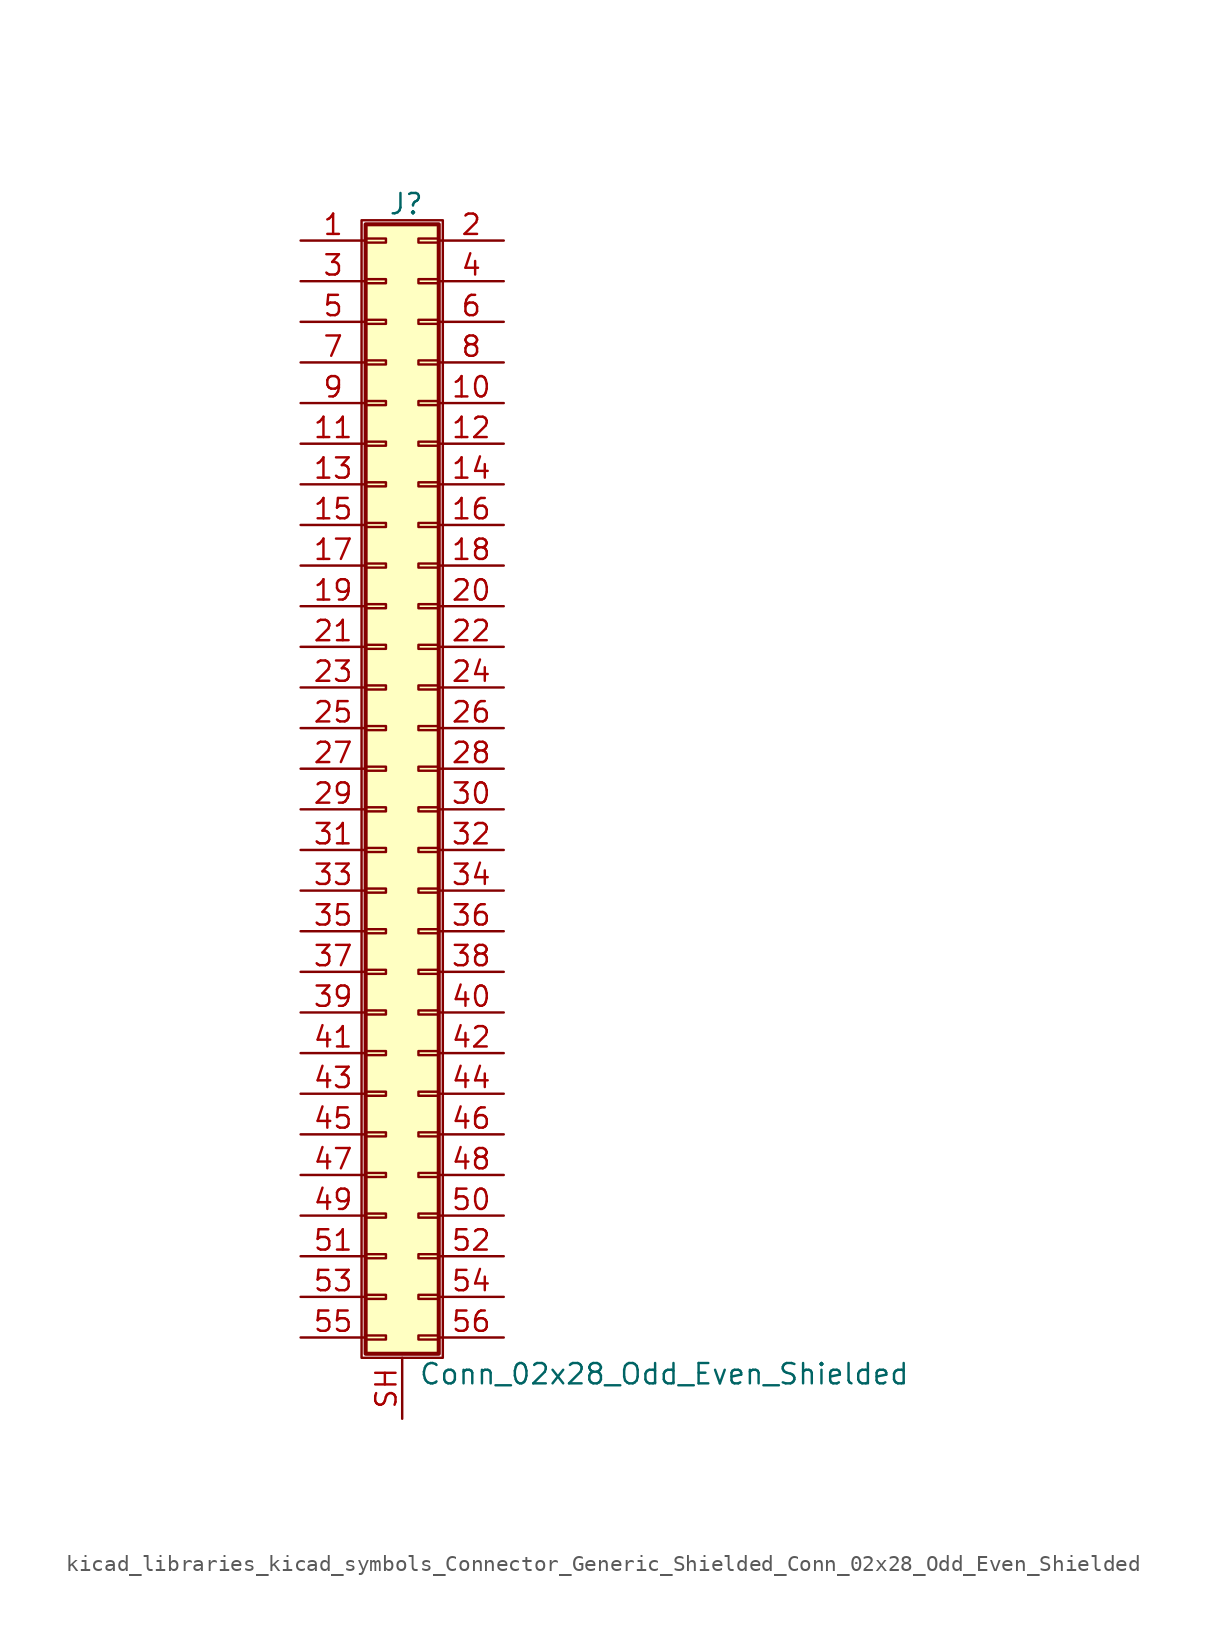
<source format=kicad_sym>
(kicad_symbol_lib
  (version 20220914)
  (generator kicad_symbol_editor)
  (symbol "kicad_libraries_kicad_symbols_Connector_Generic_Shielded_Conn_02x28_Odd_Even_Shielded"
    (pin_names
      (offset 1.016) hide)
    (property "Reference" "J"
      (at 1.524 35.306 0)
      (effects (font (size 1.27 1.27))))
    (property "Value" "Conn_02x28_Odd_Even_Shielded"
      (at 2.286 -37.846 0)
      (effects (font (size 1.27 1.27)) (justify left)))
    (symbol "kicad_libraries_kicad_symbols_Connector_Generic_Shielded_Conn_02x28_Odd_Even_Shielded_1_1"
      (rectangle (start -1.27 34.29) (end 3.81 -36.83) (stroke (width 0.152) (type default)) (fill (type none)))
      (rectangle (start -1.016 -35.433) (end 0.254 -35.687) (stroke (width 0.152) (type default)) (fill (type none)))
      (rectangle (start -1.016 -32.893) (end 0.254 -33.147) (stroke (width 0.152) (type default)) (fill (type none)))
      (rectangle (start -1.016 -30.353) (end 0.254 -30.607) (stroke (width 0.152) (type default)) (fill (type none)))
      (rectangle (start -1.016 -27.813) (end 0.254 -28.067) (stroke (width 0.152) (type default)) (fill (type none)))
      (rectangle (start -1.016 -25.273) (end 0.254 -25.527) (stroke (width 0.152) (type default)) (fill (type none)))
      (rectangle (start -1.016 -22.733) (end 0.254 -22.987) (stroke (width 0.152) (type default)) (fill (type none)))
      (rectangle (start -1.016 -20.193) (end 0.254 -20.447) (stroke (width 0.152) (type default)) (fill (type none)))
      (rectangle (start -1.016 -17.653) (end 0.254 -17.907) (stroke (width 0.152) (type default)) (fill (type none)))
      (rectangle (start -1.016 -15.113) (end 0.254 -15.367) (stroke (width 0.152) (type default)) (fill (type none)))
      (rectangle (start -1.016 -12.573) (end 0.254 -12.827) (stroke (width 0.152) (type default)) (fill (type none)))
      (rectangle (start -1.016 -10.033) (end 0.254 -10.287) (stroke (width 0.152) (type default)) (fill (type none)))
      (rectangle (start -1.016 -7.493) (end 0.254 -7.747) (stroke (width 0.152) (type default)) (fill (type none)))
      (rectangle (start -1.016 -4.953) (end 0.254 -5.207) (stroke (width 0.152) (type default)) (fill (type none)))
      (rectangle (start -1.016 -2.413) (end 0.254 -2.667) (stroke (width 0.152) (type default)) (fill (type none)))
      (rectangle (start -1.016 0.127) (end 0.254 -0.127) (stroke (width 0.152) (type default)) (fill (type none)))
      (rectangle (start -1.016 2.667) (end 0.254 2.413) (stroke (width 0.152) (type default)) (fill (type none)))
      (rectangle (start -1.016 5.207) (end 0.254 4.953) (stroke (width 0.152) (type default)) (fill (type none)))
      (rectangle (start -1.016 7.747) (end 0.254 7.493) (stroke (width 0.152) (type default)) (fill (type none)))
      (rectangle (start -1.016 10.287) (end 0.254 10.033) (stroke (width 0.152) (type default)) (fill (type none)))
      (rectangle (start -1.016 12.827) (end 0.254 12.573) (stroke (width 0.152) (type default)) (fill (type none)))
      (rectangle (start -1.016 15.367) (end 0.254 15.113) (stroke (width 0.152) (type default)) (fill (type none)))
      (rectangle (start -1.016 17.907) (end 0.254 17.653) (stroke (width 0.152) (type default)) (fill (type none)))
      (rectangle (start -1.016 20.447) (end 0.254 20.193) (stroke (width 0.152) (type default)) (fill (type none)))
      (rectangle (start -1.016 22.987) (end 0.254 22.733) (stroke (width 0.152) (type default)) (fill (type none)))
      (rectangle (start -1.016 25.527) (end 0.254 25.273) (stroke (width 0.152) (type default)) (fill (type none)))
      (rectangle (start -1.016 28.067) (end 0.254 27.813) (stroke (width 0.152) (type default)) (fill (type none)))
      (rectangle (start -1.016 30.607) (end 0.254 30.353) (stroke (width 0.152) (type default)) (fill (type none)))
      (rectangle (start -1.016 33.147) (end 0.254 32.893) (stroke (width 0.152) (type default)) (fill (type none)))
      (rectangle (start -1.016 34.036) (end 3.556 -36.576) (stroke (width 0.254) (type default)) (fill (type background)))
      (rectangle (start 3.556 -35.433) (end 2.286 -35.687) (stroke (width 0.152) (type default)) (fill (type none)))
      (rectangle (start 3.556 -32.893) (end 2.286 -33.147) (stroke (width 0.152) (type default)) (fill (type none)))
      (rectangle (start 3.556 -30.353) (end 2.286 -30.607) (stroke (width 0.152) (type default)) (fill (type none)))
      (rectangle (start 3.556 -27.813) (end 2.286 -28.067) (stroke (width 0.152) (type default)) (fill (type none)))
      (rectangle (start 3.556 -25.273) (end 2.286 -25.527) (stroke (width 0.152) (type default)) (fill (type none)))
      (rectangle (start 3.556 -22.733) (end 2.286 -22.987) (stroke (width 0.152) (type default)) (fill (type none)))
      (rectangle (start 3.556 -20.193) (end 2.286 -20.447) (stroke (width 0.152) (type default)) (fill (type none)))
      (rectangle (start 3.556 -17.653) (end 2.286 -17.907) (stroke (width 0.152) (type default)) (fill (type none)))
      (rectangle (start 3.556 -15.113) (end 2.286 -15.367) (stroke (width 0.152) (type default)) (fill (type none)))
      (rectangle (start 3.556 -12.573) (end 2.286 -12.827) (stroke (width 0.152) (type default)) (fill (type none)))
      (rectangle (start 3.556 -10.033) (end 2.286 -10.287) (stroke (width 0.152) (type default)) (fill (type none)))
      (rectangle (start 3.556 -7.493) (end 2.286 -7.747) (stroke (width 0.152) (type default)) (fill (type none)))
      (rectangle (start 3.556 -4.953) (end 2.286 -5.207) (stroke (width 0.152) (type default)) (fill (type none)))
      (rectangle (start 3.556 -2.413) (end 2.286 -2.667) (stroke (width 0.152) (type default)) (fill (type none)))
      (rectangle (start 3.556 0.127) (end 2.286 -0.127) (stroke (width 0.152) (type default)) (fill (type none)))
      (rectangle (start 3.556 2.667) (end 2.286 2.413) (stroke (width 0.152) (type default)) (fill (type none)))
      (rectangle (start 3.556 5.207) (end 2.286 4.953) (stroke (width 0.152) (type default)) (fill (type none)))
      (rectangle (start 3.556 7.747) (end 2.286 7.493) (stroke (width 0.152) (type default)) (fill (type none)))
      (rectangle (start 3.556 10.287) (end 2.286 10.033) (stroke (width 0.152) (type default)) (fill (type none)))
      (rectangle (start 3.556 12.827) (end 2.286 12.573) (stroke (width 0.152) (type default)) (fill (type none)))
      (rectangle (start 3.556 15.367) (end 2.286 15.113) (stroke (width 0.152) (type default)) (fill (type none)))
      (rectangle (start 3.556 17.907) (end 2.286 17.653) (stroke (width 0.152) (type default)) (fill (type none)))
      (rectangle (start 3.556 20.447) (end 2.286 20.193) (stroke (width 0.152) (type default)) (fill (type none)))
      (rectangle (start 3.556 22.987) (end 2.286 22.733) (stroke (width 0.152) (type default)) (fill (type none)))
      (rectangle (start 3.556 25.527) (end 2.286 25.273) (stroke (width 0.152) (type default)) (fill (type none)))
      (rectangle (start 3.556 28.067) (end 2.286 27.813) (stroke (width 0.152) (type default)) (fill (type none)))
      (rectangle (start 3.556 30.607) (end 2.286 30.353) (stroke (width 0.152) (type default)) (fill (type none)))
      (rectangle (start 3.556 33.147) (end 2.286 32.893) (stroke (width 0.152) (type default)) (fill (type none)))
      (pin passive line (at -5.08 33.02 0) (length 4.064) (name "Pin_1" (effects (font (size 1.27 1.27)))) (number "1" (effects (font (size 1.27 1.27)))))
      (pin passive line (at 7.62 22.86 180) (length 4.064) (name "Pin_10" (effects (font (size 1.27 1.27)))) (number "10" (effects (font (size 1.27 1.27)))))
      (pin passive line (at -5.08 20.32 0) (length 4.064) (name "Pin_11" (effects (font (size 1.27 1.27)))) (number "11" (effects (font (size 1.27 1.27)))))
      (pin passive line (at 7.62 20.32 180) (length 4.064) (name "Pin_12" (effects (font (size 1.27 1.27)))) (number "12" (effects (font (size 1.27 1.27)))))
      (pin passive line (at -5.08 17.78 0) (length 4.064) (name "Pin_13" (effects (font (size 1.27 1.27)))) (number "13" (effects (font (size 1.27 1.27)))))
      (pin passive line (at 7.62 17.78 180) (length 4.064) (name "Pin_14" (effects (font (size 1.27 1.27)))) (number "14" (effects (font (size 1.27 1.27)))))
      (pin passive line (at -5.08 15.24 0) (length 4.064) (name "Pin_15" (effects (font (size 1.27 1.27)))) (number "15" (effects (font (size 1.27 1.27)))))
      (pin passive line (at 7.62 15.24 180) (length 4.064) (name "Pin_16" (effects (font (size 1.27 1.27)))) (number "16" (effects (font (size 1.27 1.27)))))
      (pin passive line (at -5.08 12.7 0) (length 4.064) (name "Pin_17" (effects (font (size 1.27 1.27)))) (number "17" (effects (font (size 1.27 1.27)))))
      (pin passive line (at 7.62 12.7 180) (length 4.064) (name "Pin_18" (effects (font (size 1.27 1.27)))) (number "18" (effects (font (size 1.27 1.27)))))
      (pin passive line (at -5.08 10.16 0) (length 4.064) (name "Pin_19" (effects (font (size 1.27 1.27)))) (number "19" (effects (font (size 1.27 1.27)))))
      (pin passive line (at 7.62 33.02 180) (length 4.064) (name "Pin_2" (effects (font (size 1.27 1.27)))) (number "2" (effects (font (size 1.27 1.27)))))
      (pin passive line (at 7.62 10.16 180) (length 4.064) (name "Pin_20" (effects (font (size 1.27 1.27)))) (number "20" (effects (font (size 1.27 1.27)))))
      (pin passive line (at -5.08 7.62 0) (length 4.064) (name "Pin_21" (effects (font (size 1.27 1.27)))) (number "21" (effects (font (size 1.27 1.27)))))
      (pin passive line (at 7.62 7.62 180) (length 4.064) (name "Pin_22" (effects (font (size 1.27 1.27)))) (number "22" (effects (font (size 1.27 1.27)))))
      (pin passive line (at -5.08 5.08 0) (length 4.064) (name "Pin_23" (effects (font (size 1.27 1.27)))) (number "23" (effects (font (size 1.27 1.27)))))
      (pin passive line (at 7.62 5.08 180) (length 4.064) (name "Pin_24" (effects (font (size 1.27 1.27)))) (number "24" (effects (font (size 1.27 1.27)))))
      (pin passive line (at -5.08 2.54 0) (length 4.064) (name "Pin_25" (effects (font (size 1.27 1.27)))) (number "25" (effects (font (size 1.27 1.27)))))
      (pin passive line (at 7.62 2.54 180) (length 4.064) (name "Pin_26" (effects (font (size 1.27 1.27)))) (number "26" (effects (font (size 1.27 1.27)))))
      (pin passive line (at -5.08 0 0) (length 4.064) (name "Pin_27" (effects (font (size 1.27 1.27)))) (number "27" (effects (font (size 1.27 1.27)))))
      (pin passive line (at 7.62 0 180) (length 4.064) (name "Pin_28" (effects (font (size 1.27 1.27)))) (number "28" (effects (font (size 1.27 1.27)))))
      (pin passive line (at -5.08 -2.54 0) (length 4.064) (name "Pin_29" (effects (font (size 1.27 1.27)))) (number "29" (effects (font (size 1.27 1.27)))))
      (pin passive line (at -5.08 30.48 0) (length 4.064) (name "Pin_3" (effects (font (size 1.27 1.27)))) (number "3" (effects (font (size 1.27 1.27)))))
      (pin passive line (at 7.62 -2.54 180) (length 4.064) (name "Pin_30" (effects (font (size 1.27 1.27)))) (number "30" (effects (font (size 1.27 1.27)))))
      (pin passive line (at -5.08 -5.08 0) (length 4.064) (name "Pin_31" (effects (font (size 1.27 1.27)))) (number "31" (effects (font (size 1.27 1.27)))))
      (pin passive line (at 7.62 -5.08 180) (length 4.064) (name "Pin_32" (effects (font (size 1.27 1.27)))) (number "32" (effects (font (size 1.27 1.27)))))
      (pin passive line (at -5.08 -7.62 0) (length 4.064) (name "Pin_33" (effects (font (size 1.27 1.27)))) (number "33" (effects (font (size 1.27 1.27)))))
      (pin passive line (at 7.62 -7.62 180) (length 4.064) (name "Pin_34" (effects (font (size 1.27 1.27)))) (number "34" (effects (font (size 1.27 1.27)))))
      (pin passive line (at -5.08 -10.16 0) (length 4.064) (name "Pin_35" (effects (font (size 1.27 1.27)))) (number "35" (effects (font (size 1.27 1.27)))))
      (pin passive line (at 7.62 -10.16 180) (length 4.064) (name "Pin_36" (effects (font (size 1.27 1.27)))) (number "36" (effects (font (size 1.27 1.27)))))
      (pin passive line (at -5.08 -12.7 0) (length 4.064) (name "Pin_37" (effects (font (size 1.27 1.27)))) (number "37" (effects (font (size 1.27 1.27)))))
      (pin passive line (at 7.62 -12.7 180) (length 4.064) (name "Pin_38" (effects (font (size 1.27 1.27)))) (number "38" (effects (font (size 1.27 1.27)))))
      (pin passive line (at -5.08 -15.24 0) (length 4.064) (name "Pin_39" (effects (font (size 1.27 1.27)))) (number "39" (effects (font (size 1.27 1.27)))))
      (pin passive line (at 7.62 30.48 180) (length 4.064) (name "Pin_4" (effects (font (size 1.27 1.27)))) (number "4" (effects (font (size 1.27 1.27)))))
      (pin passive line (at 7.62 -15.24 180) (length 4.064) (name "Pin_40" (effects (font (size 1.27 1.27)))) (number "40" (effects (font (size 1.27 1.27)))))
      (pin passive line (at -5.08 -17.78 0) (length 4.064) (name "Pin_41" (effects (font (size 1.27 1.27)))) (number "41" (effects (font (size 1.27 1.27)))))
      (pin passive line (at 7.62 -17.78 180) (length 4.064) (name "Pin_42" (effects (font (size 1.27 1.27)))) (number "42" (effects (font (size 1.27 1.27)))))
      (pin passive line (at -5.08 -20.32 0) (length 4.064) (name "Pin_43" (effects (font (size 1.27 1.27)))) (number "43" (effects (font (size 1.27 1.27)))))
      (pin passive line (at 7.62 -20.32 180) (length 4.064) (name "Pin_44" (effects (font (size 1.27 1.27)))) (number "44" (effects (font (size 1.27 1.27)))))
      (pin passive line (at -5.08 -22.86 0) (length 4.064) (name "Pin_45" (effects (font (size 1.27 1.27)))) (number "45" (effects (font (size 1.27 1.27)))))
      (pin passive line (at 7.62 -22.86 180) (length 4.064) (name "Pin_46" (effects (font (size 1.27 1.27)))) (number "46" (effects (font (size 1.27 1.27)))))
      (pin passive line (at -5.08 -25.4 0) (length 4.064) (name "Pin_47" (effects (font (size 1.27 1.27)))) (number "47" (effects (font (size 1.27 1.27)))))
      (pin passive line (at 7.62 -25.4 180) (length 4.064) (name "Pin_48" (effects (font (size 1.27 1.27)))) (number "48" (effects (font (size 1.27 1.27)))))
      (pin passive line (at -5.08 -27.94 0) (length 4.064) (name "Pin_49" (effects (font (size 1.27 1.27)))) (number "49" (effects (font (size 1.27 1.27)))))
      (pin passive line (at -5.08 27.94 0) (length 4.064) (name "Pin_5" (effects (font (size 1.27 1.27)))) (number "5" (effects (font (size 1.27 1.27)))))
      (pin passive line (at 7.62 -27.94 180) (length 4.064) (name "Pin_50" (effects (font (size 1.27 1.27)))) (number "50" (effects (font (size 1.27 1.27)))))
      (pin passive line (at -5.08 -30.48 0) (length 4.064) (name "Pin_51" (effects (font (size 1.27 1.27)))) (number "51" (effects (font (size 1.27 1.27)))))
      (pin passive line (at 7.62 -30.48 180) (length 4.064) (name "Pin_52" (effects (font (size 1.27 1.27)))) (number "52" (effects (font (size 1.27 1.27)))))
      (pin passive line (at -5.08 -33.02 0) (length 4.064) (name "Pin_53" (effects (font (size 1.27 1.27)))) (number "53" (effects (font (size 1.27 1.27)))))
      (pin passive line (at 7.62 -33.02 180) (length 4.064) (name "Pin_54" (effects (font (size 1.27 1.27)))) (number "54" (effects (font (size 1.27 1.27)))))
      (pin passive line (at -5.08 -35.56 0) (length 4.064) (name "Pin_55" (effects (font (size 1.27 1.27)))) (number "55" (effects (font (size 1.27 1.27)))))
      (pin passive line (at 7.62 -35.56 180) (length 4.064) (name "Pin_56" (effects (font (size 1.27 1.27)))) (number "56" (effects (font (size 1.27 1.27)))))
      (pin passive line (at 7.62 27.94 180) (length 4.064) (name "Pin_6" (effects (font (size 1.27 1.27)))) (number "6" (effects (font (size 1.27 1.27)))))
      (pin passive line (at -5.08 25.4 0) (length 4.064) (name "Pin_7" (effects (font (size 1.27 1.27)))) (number "7" (effects (font (size 1.27 1.27)))))
      (pin passive line (at 7.62 25.4 180) (length 4.064) (name "Pin_8" (effects (font (size 1.27 1.27)))) (number "8" (effects (font (size 1.27 1.27)))))
      (pin passive line (at -5.08 22.86 0) (length 4.064) (name "Pin_9" (effects (font (size 1.27 1.27)))) (number "9" (effects (font (size 1.27 1.27)))))
      (pin passive line (at 1.27 -40.64 90) (length 3.81) (name "Shield" (effects (font (size 1.27 1.27)))) (number "SH" (effects (font (size 1.27 1.27))))))))
</source>
